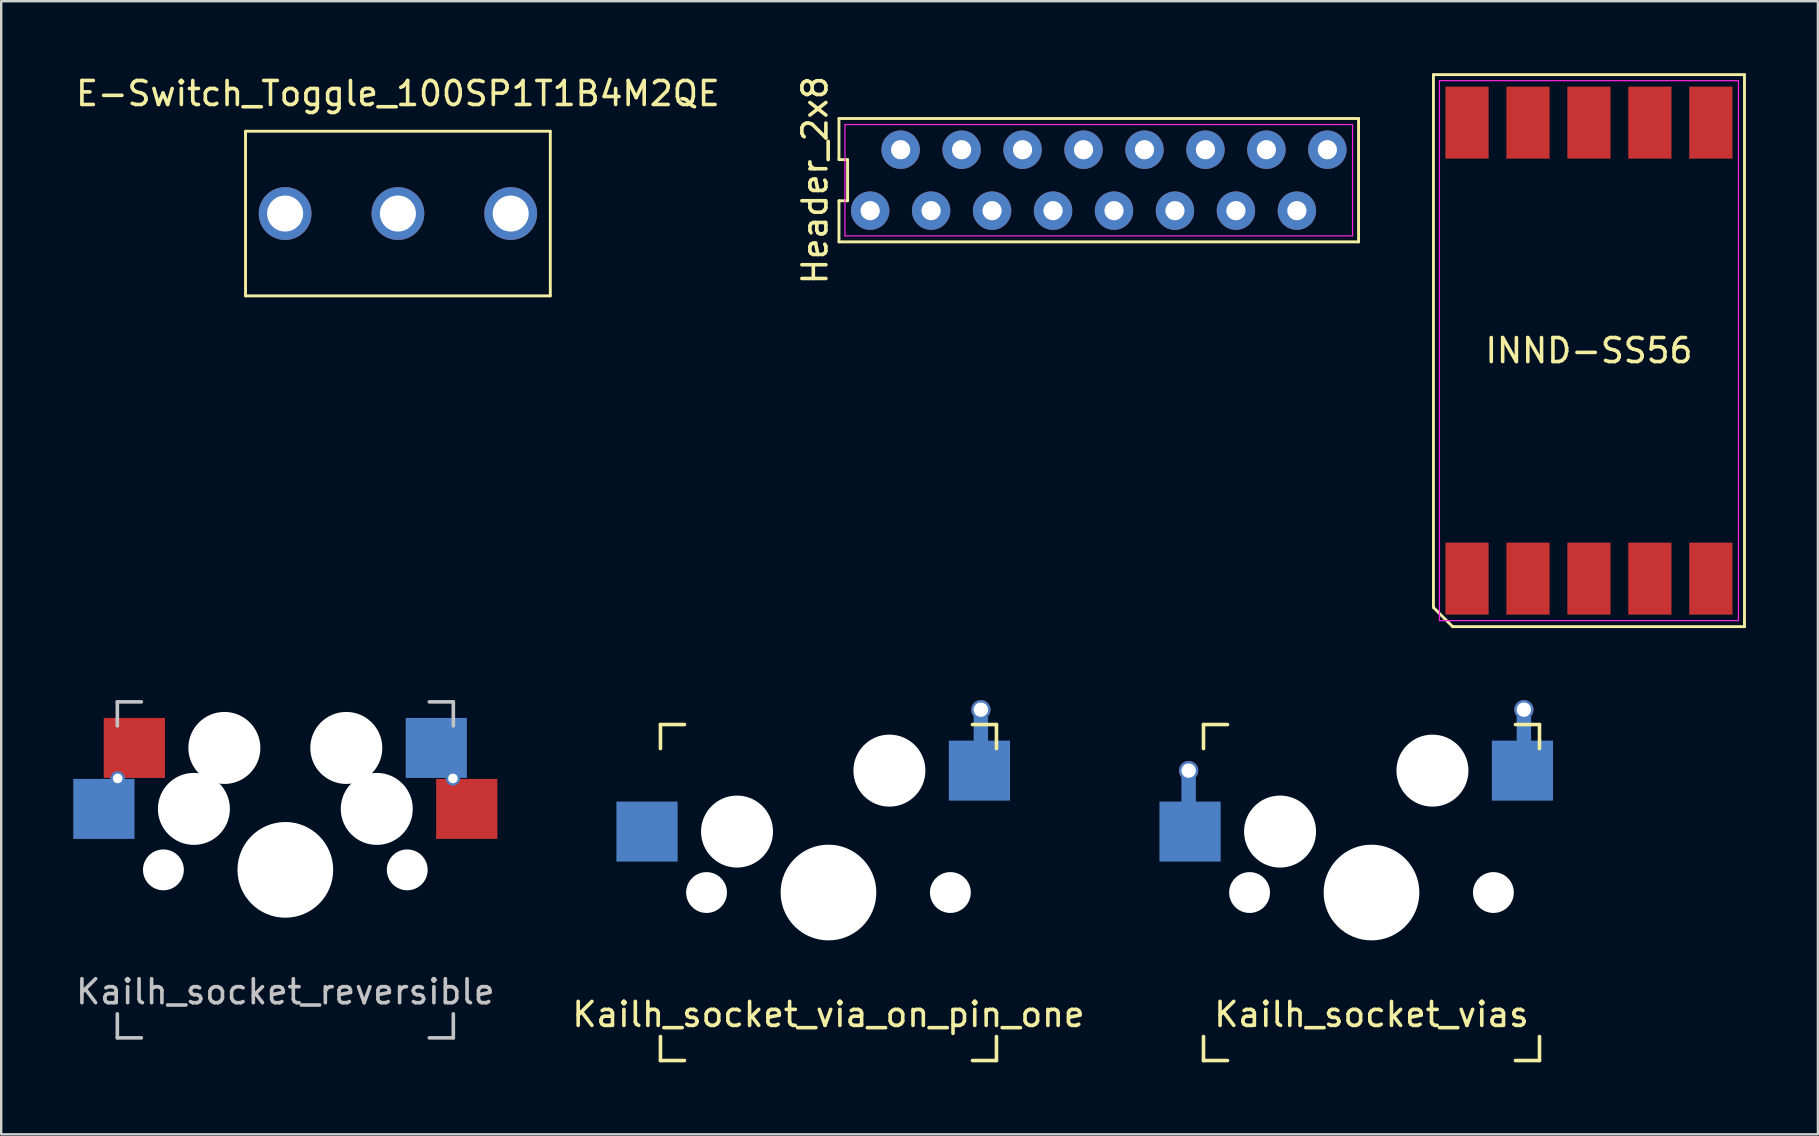
<source format=kicad_pcb>
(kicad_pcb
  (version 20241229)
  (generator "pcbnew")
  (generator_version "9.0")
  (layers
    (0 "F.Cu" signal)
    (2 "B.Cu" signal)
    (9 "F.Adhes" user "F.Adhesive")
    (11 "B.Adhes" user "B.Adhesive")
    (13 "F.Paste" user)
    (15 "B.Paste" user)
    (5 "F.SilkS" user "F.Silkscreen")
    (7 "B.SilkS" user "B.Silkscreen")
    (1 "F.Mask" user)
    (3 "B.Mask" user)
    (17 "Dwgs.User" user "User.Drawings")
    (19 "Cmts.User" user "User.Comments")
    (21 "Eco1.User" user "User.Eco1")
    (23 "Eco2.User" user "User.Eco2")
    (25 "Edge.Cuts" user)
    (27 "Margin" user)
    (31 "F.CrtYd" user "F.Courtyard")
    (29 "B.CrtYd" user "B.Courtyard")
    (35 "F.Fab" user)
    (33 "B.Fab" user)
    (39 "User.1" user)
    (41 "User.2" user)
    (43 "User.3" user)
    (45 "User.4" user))
  (footprint "INND-SS56"
    (layer "F.Cu")
    (at 63.158 11.56)
    (property "Reference" "INND-SS56" (at 0 0 180) (layer "F.SilkS") (effects (font (size 1 1) (thickness 0.15))))
    (attr smd)
    (fp_line (start -6.48 -11.5) (end 6.48 -11.5) (stroke (width 0.12) (type solid)) (layer "F.SilkS"))
    (fp_line (start -6.48 10.7) (end -6.48 -11.5) (stroke (width 0.12) (type solid)) (layer "F.SilkS"))
    (fp_line (start -5.68 11.5) (end -6.48 10.7) (stroke (width 0.12) (type solid)) (layer "F.SilkS"))
    (fp_line (start 6.48 -11.5) (end 6.48 11.5) (stroke (width 0.12) (type solid)) (layer "F.SilkS"))
    (fp_line (start 6.48 11.5) (end -5.68 11.5) (stroke (width 0.12) (type solid)) (layer "F.SilkS"))
    (fp_line (start -6.23 -11.25) (end 6.23 -11.25) (stroke (width 0.05) (type solid)) (layer "F.CrtYd"))
    (fp_line (start -6.23 11.25) (end -6.23 -11.25) (stroke (width 0.05) (type solid)) (layer "F.CrtYd"))
    (fp_line (start 6.23 -11.25) (end 6.23 11.25) (stroke (width 0.05) (type solid)) (layer "F.CrtYd"))
    (fp_line (start 6.23 11.25) (end -6.23 11.25) (stroke (width 0.05) (type solid)) (layer "F.CrtYd"))
    (pad "1" smd rect (at -5.08 9.5) (size 1.8 3) (layers "F.Cu" "F.Mask" "F.Paste"))
    (pad "2" smd rect (at -2.54 9.5) (size 1.8 3) (layers "F.Cu" "F.Mask" "F.Paste"))
    (pad "3" smd rect (at 0 9.5) (size 1.8 3) (layers "F.Cu" "F.Mask" "F.Paste"))
    (pad "4" smd rect (at 2.54 9.5) (size 1.8 3) (layers "F.Cu" "F.Mask" "F.Paste"))
    (pad "5" smd rect (at 5.08 9.5) (size 1.8 3) (layers "F.Cu" "F.Mask" "F.Paste"))
    (pad "6" smd rect (at 5.08 -9.5) (size 1.8 3) (layers "F.Cu" "F.Mask" "F.Paste"))
    (pad "7" smd rect (at 2.54 -9.5) (size 1.8 3) (layers "F.Cu" "F.Mask" "F.Paste"))
    (pad "8" smd rect (at 0 -9.5) (size 1.8 3) (layers "F.Cu" "F.Mask" "F.Paste"))
    (pad "9" smd rect (at -2.54 -9.5) (size 1.8 3) (layers "F.Cu" "F.Mask" "F.Paste"))
    (pad "10" smd rect (at -5.08 -9.5) (size 1.8 3) (layers "F.Cu" "F.Mask" "F.Paste")))
  (footprint "Kailh_socket_reversible"
    (layer "F.Cu")
    (at 8.839 33.195)
    (property "Reference" "Kailh_socket_reversible" (at 0 5.08 0) (layer "Dwgs.User") (effects (font (size 1 1) (thickness 0.15))))
    (attr through_hole)
    (fp_line (start -7 -7) (end -6 -7) (stroke (width 0.15) (type solid)) (layer "Dwgs.User"))
    (fp_line (start -7 -6) (end -7 -7) (stroke (width 0.15) (type solid)) (layer "Dwgs.User"))
    (fp_line (start -7 7) (end -7 6) (stroke (width 0.15) (type solid)) (layer "Dwgs.User"))
    (fp_line (start -6 7) (end -7 7) (stroke (width 0.15) (type solid)) (layer "Dwgs.User"))
    (fp_line (start 6 -7) (end 7 -7) (stroke (width 0.15) (type solid)) (layer "Dwgs.User"))
    (fp_line (start 7 -7) (end 7 -6) (stroke (width 0.15) (type solid)) (layer "Dwgs.User"))
    (fp_line (start 7 6) (end 7 7) (stroke (width 0.15) (type solid)) (layer "Dwgs.User"))
    (fp_line (start 7 7) (end 6 7) (stroke (width 0.15) (type solid)) (layer "Dwgs.User"))
    (pad "" np_thru_hole circle (at -5.08 0) (size 1.702 1.702) (drill 1.702) (layers "*.Cu" "*.Mask"))
    (pad "" np_thru_hole circle (at -3.81 -2.54) (size 3 3) (drill 3) (layers "*.Cu" "*.Mask"))
    (pad "" np_thru_hole circle (at -2.54 -5.08 180) (size 3 3) (drill 3) (layers "*.Cu" "*.Mask"))
    (pad "" np_thru_hole circle (at 0 0) (size 3.988 3.988) (drill 3.988) (layers "*.Cu" "*.Mask"))
    (pad "" np_thru_hole circle (at 2.54 -5.08) (size 3 3) (drill 3) (layers "*.Cu" "*.Mask"))
    (pad "" np_thru_hole circle (at 3.81 -2.54 180) (size 3 3) (drill 3) (layers "*.Cu" "*.Mask"))
    (pad "" np_thru_hole circle (at 5.08 0) (size 1.702 1.702) (drill 1.702) (layers "*.Cu" "*.Mask"))
    (pad "1" smd rect (at 6.29 -5.08) (size 2.55 2.5) (layers "B.Cu" "B.Mask" "B.Paste"))
    (pad "1" thru_hole circle (at 6.985 -3.81) (size 0.6 0.6) (drill 0.4) (layers "*.Cu" "*.Mask"))
    (pad "1" smd rect (at 7.56 -2.54 180) (size 2.55 2.5) (layers "F.Cu" "F.Mask" "F.Paste"))
    (pad "2" smd rect (at -7.56 -2.54) (size 2.55 2.5) (layers "B.Cu" "B.Mask" "B.Paste"))
    (pad "2" thru_hole circle (at -6.985 -3.81 180) (size 0.6 0.6) (drill 0.4) (layers "*.Cu" "*.Mask"))
    (pad "2" smd rect (at -6.29 -5.08 180) (size 2.55 2.5) (layers "F.Cu" "F.Mask" "F.Paste")))
  (footprint "Kailh_socket_vias"
    (layer "F.Cu")
    (at 54.097 34.14)
    (property "Reference" "Kailh_socket_vias" (at 0 5.08 0) (layer "F.SilkS") (effects (font (size 1 1) (thickness 0.15))))
    (attr through_hole)
    (fp_line (start -7 -7) (end -6 -7) (stroke (width 0.15) (type solid)) (layer "F.SilkS"))
    (fp_line (start -7 -6) (end -7 -7) (stroke (width 0.15) (type solid)) (layer "F.SilkS"))
    (fp_line (start -7 7) (end -7 6) (stroke (width 0.15) (type solid)) (layer "F.SilkS"))
    (fp_line (start -6 7) (end -7 7) (stroke (width 0.15) (type solid)) (layer "F.SilkS"))
    (fp_line (start 6 -7) (end 7 -7) (stroke (width 0.15) (type solid)) (layer "F.SilkS"))
    (fp_line (start 7 -7) (end 7 -6) (stroke (width 0.15) (type solid)) (layer "F.SilkS"))
    (fp_line (start 7 6) (end 7 7) (stroke (width 0.15) (type solid)) (layer "F.SilkS"))
    (fp_line (start 7 7) (end 6 7) (stroke (width 0.15) (type solid)) (layer "F.SilkS"))
    (pad "" np_thru_hole circle (at -5.08 0) (size 1.702 1.702) (drill 1.702) (layers "*.Cu" "*.Mask"))
    (pad "" np_thru_hole circle (at -3.81 -2.54) (size 3 3) (drill 3) (layers "*.Cu" "*.Mask"))
    (pad "" np_thru_hole circle (at 0 0) (size 3.988 3.988) (drill 3.988) (layers "*.Cu" "*.Mask"))
    (pad "" np_thru_hole circle (at 2.54 -5.08) (size 3 3) (drill 3) (layers "*.Cu" "*.Mask"))
    (pad "" np_thru_hole circle (at 5.08 0) (size 1.702 1.702) (drill 1.702) (layers "*.Cu" "*.Mask"))
    (pad "1" smd rect (at 6.29 -5.08) (size 2.55 2.5) (layers "B.Cu" "B.Mask" "B.Paste"))
    (pad "1" thru_hole circle (at 6.35 -7.62 90) (size 0.8 0.8) (drill 0.6) (layers "*.Cu" "*.Mask"))
    (pad "1" connect rect (at 6.35 -6.35 90) (size 3 0.6) (layers "B.Cu" "B.Mask"))
    (pad "2" thru_hole circle (at -7.62 -5.08 270) (size 0.8 0.8) (drill 0.6) (layers "*.Cu" "*.Mask"))
    (pad "2" connect rect (at -7.62 -3.81 270) (size 3 0.6) (layers "B.Cu" "B.Mask"))
    (pad "2" smd rect (at -7.56 -2.54) (size 2.55 2.5) (layers "B.Cu" "B.Mask" "B.Paste")))
  (footprint "Header_2x8"
    (layer "F.Cu")
    (at 42.098 4.458)
    (property "Reference" "Header_2x8" (at -11.19 0 90) (layer "F.SilkS") (effects (font (size 1 1) (thickness 0.15))))
    (attr through_hole)
    (fp_line (start -10.19 -2.57) (end -10.19 -0.857) (stroke (width 0.12) (type solid)) (layer "F.SilkS"))
    (fp_line (start -10.19 -0.857) (end -9.83 -0.857) (stroke (width 0.12) (type solid)) (layer "F.SilkS"))
    (fp_line (start -10.19 0.857) (end -10.19 2.57) (stroke (width 0.12) (type solid)) (layer "F.SilkS"))
    (fp_line (start -10.19 2.57) (end 11.46 2.57) (stroke (width 0.12) (type solid)) (layer "F.SilkS"))
    (fp_line (start -9.83 -0.857) (end -9.83 0.857) (stroke (width 0.12) (type solid)) (layer "F.SilkS"))
    (fp_line (start -9.83 0.857) (end -10.19 0.857) (stroke (width 0.12) (type solid)) (layer "F.SilkS"))
    (fp_line (start 11.46 -2.57) (end -10.19 -2.57) (stroke (width 0.12) (type solid)) (layer "F.SilkS"))
    (fp_line (start 11.46 2.57) (end 11.46 -2.57) (stroke (width 0.12) (type solid)) (layer "F.SilkS"))
    (fp_line (start -9.94 -2.32) (end 11.21 -2.32) (stroke (width 0.05) (type solid)) (layer "F.CrtYd"))
    (fp_line (start -9.94 2.32) (end -9.94 -2.32) (stroke (width 0.05) (type solid)) (layer "F.CrtYd"))
    (fp_line (start 11.21 -2.32) (end 11.21 2.32) (stroke (width 0.05) (type solid)) (layer "F.CrtYd"))
    (fp_line (start 11.21 2.32) (end -9.94 2.32) (stroke (width 0.05) (type solid)) (layer "F.CrtYd"))
    (pad "1" thru_hole circle (at -8.89 1.27) (size 1.6 1.6) (drill 0.8) (layers "*.Cu" "*.Mask"))
    (pad "2" thru_hole circle (at -6.35 1.27) (size 1.6 1.6) (drill 0.8) (layers "*.Cu" "*.Mask"))
    (pad "3" thru_hole circle (at -3.81 1.27) (size 1.6 1.6) (drill 0.8) (layers "*.Cu" "*.Mask"))
    (pad "4" thru_hole circle (at -1.27 1.27) (size 1.6 1.6) (drill 0.8) (layers "*.Cu" "*.Mask"))
    (pad "5" thru_hole circle (at 1.27 1.27) (size 1.6 1.6) (drill 0.8) (layers "*.Cu" "*.Mask"))
    (pad "6" thru_hole circle (at 3.81 1.27) (size 1.6 1.6) (drill 0.8) (layers "*.Cu" "*.Mask"))
    (pad "7" thru_hole circle (at 6.35 1.27) (size 1.6 1.6) (drill 0.8) (layers "*.Cu" "*.Mask"))
    (pad "8" thru_hole circle (at 8.89 1.27) (size 1.6 1.6) (drill 0.8) (layers "*.Cu" "*.Mask"))
    (pad "9" thru_hole circle (at 10.16 -1.27) (size 1.6 1.6) (drill 0.8) (layers "*.Cu" "*.Mask"))
    (pad "10" thru_hole circle (at 7.62 -1.27) (size 1.6 1.6) (drill 0.8) (layers "*.Cu" "*.Mask"))
    (pad "11" thru_hole circle (at 5.08 -1.27) (size 1.6 1.6) (drill 0.8) (layers "*.Cu" "*.Mask"))
    (pad "12" thru_hole circle (at 2.54 -1.27) (size 1.6 1.6) (drill 0.8) (layers "*.Cu" "*.Mask"))
    (pad "13" thru_hole circle (at 0 -1.27) (size 1.6 1.6) (drill 0.8) (layers "*.Cu" "*.Mask"))
    (pad "14" thru_hole circle (at -2.54 -1.27) (size 1.6 1.6) (drill 0.8) (layers "*.Cu" "*.Mask"))
    (pad "15" thru_hole circle (at -5.08 -1.27) (size 1.6 1.6) (drill 0.8) (layers "*.Cu" "*.Mask"))
    (pad "16" thru_hole circle (at -7.62 -1.27) (size 1.6 1.6) (drill 0.8) (layers "*.Cu" "*.Mask")))
  (footprint "E-Switch_Toggle_100SP1T1B4M2QE"
    (layer "F.Cu")
    (at 13.53 5.848)
    (property "Reference" "E-Switch_Toggle_100SP1T1B4M2QE" (at 0 -5 0) (layer "F.SilkS") (effects (font (size 1 1) (thickness 0.15))))
    (attr through_hole)
    (fp_line (start -6.35 -3.43) (end -6.35 3.43) (stroke (width 0.12) (type solid)) (layer "F.SilkS"))
    (fp_line (start -6.35 -3.43) (end 6.35 -3.43) (stroke (width 0.12) (type solid)) (layer "F.SilkS"))
    (fp_line (start -6.35 3.43) (end 6.35 3.43) (stroke (width 0.12) (type solid)) (layer "F.SilkS"))
    (fp_line (start 6.35 -3.43) (end 6.35 3.43) (stroke (width 0.12) (type solid)) (layer "F.SilkS"))
    (pad "1" thru_hole circle (at -4.7 0) (size 2.2 2.2) (drill 1.5) (layers "*.Cu" "*.Mask"))
    (pad "2" thru_hole circle (at 0 0) (size 2.2 2.2) (drill 1.5) (layers "*.Cu" "*.Mask"))
    (pad "3" thru_hole circle (at 4.7 0) (size 2.2 2.2) (drill 1.5) (layers "*.Cu" "*.Mask")))
  (footprint "Kailh_socket_via_on_pin_one"
    (layer "F.Cu")
    (at 31.47 34.14)
    (property "Reference" "Kailh_socket_via_on_pin_one" (at 0 5.08 0) (layer "F.SilkS") (effects (font (size 1 1) (thickness 0.15))))
    (attr through_hole)
    (fp_line (start -7 -7) (end -6 -7) (stroke (width 0.15) (type solid)) (layer "F.SilkS"))
    (fp_line (start -7 -6) (end -7 -7) (stroke (width 0.15) (type solid)) (layer "F.SilkS"))
    (fp_line (start -7 7) (end -7 6) (stroke (width 0.15) (type solid)) (layer "F.SilkS"))
    (fp_line (start -6 7) (end -7 7) (stroke (width 0.15) (type solid)) (layer "F.SilkS"))
    (fp_line (start 6 -7) (end 7 -7) (stroke (width 0.15) (type solid)) (layer "F.SilkS"))
    (fp_line (start 7 -7) (end 7 -6) (stroke (width 0.15) (type solid)) (layer "F.SilkS"))
    (fp_line (start 7 6) (end 7 7) (stroke (width 0.15) (type solid)) (layer "F.SilkS"))
    (fp_line (start 7 7) (end 6 7) (stroke (width 0.15) (type solid)) (layer "F.SilkS"))
    (pad "" np_thru_hole circle (at -5.08 0) (size 1.702 1.702) (drill 1.702) (layers "*.Cu" "*.Mask"))
    (pad "" np_thru_hole circle (at -3.81 -2.54) (size 3 3) (drill 3) (layers "*.Cu" "*.Mask"))
    (pad "" np_thru_hole circle (at 0 0) (size 3.988 3.988) (drill 3.988) (layers "*.Cu" "*.Mask"))
    (pad "" np_thru_hole circle (at 2.54 -5.08) (size 3 3) (drill 3) (layers "*.Cu" "*.Mask"))
    (pad "" np_thru_hole circle (at 5.08 0) (size 1.702 1.702) (drill 1.702) (layers "*.Cu" "*.Mask"))
    (pad "1" smd rect (at 6.29 -5.08) (size 2.55 2.5) (layers "B.Cu" "B.Mask" "B.Paste"))
    (pad "1" thru_hole circle (at 6.35 -7.62 90) (size 0.8 0.8) (drill 0.6) (layers "*.Cu" "*.Mask"))
    (pad "1" connect rect (at 6.35 -6.35 90) (size 3 0.6) (layers "B.Cu" "B.Mask"))
    (pad "2" smd rect (at -7.56 -2.54) (size 2.55 2.5) (layers "B.Cu" "B.Mask" "B.Paste")))
  (gr_rect
    (start -3 -3)
    (end 72.698 44.215)
    (stroke (width 0.1) (type default))
    (fill no)
    (layer "Edge.Cuts")))
</source>
